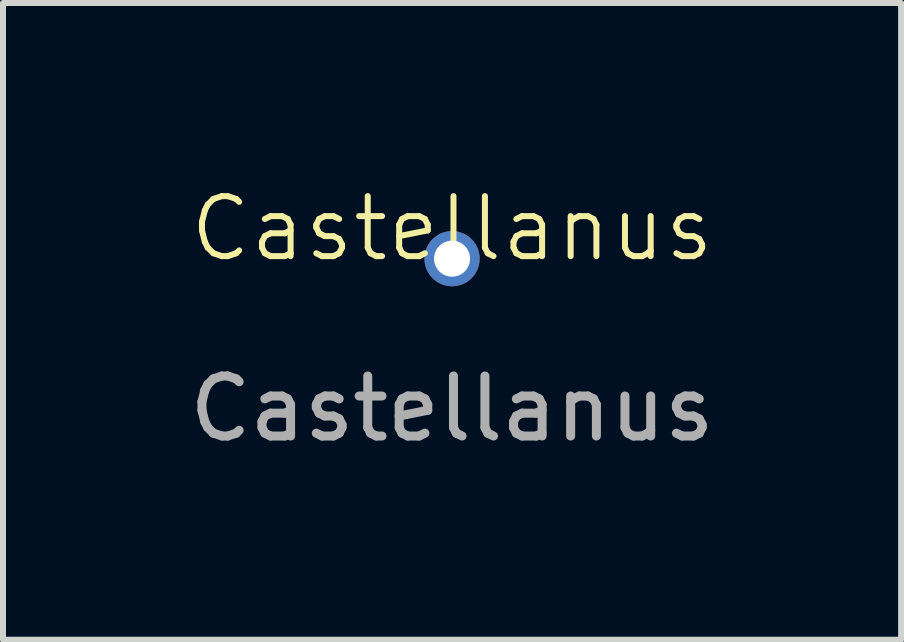
<source format=kicad_pcb>
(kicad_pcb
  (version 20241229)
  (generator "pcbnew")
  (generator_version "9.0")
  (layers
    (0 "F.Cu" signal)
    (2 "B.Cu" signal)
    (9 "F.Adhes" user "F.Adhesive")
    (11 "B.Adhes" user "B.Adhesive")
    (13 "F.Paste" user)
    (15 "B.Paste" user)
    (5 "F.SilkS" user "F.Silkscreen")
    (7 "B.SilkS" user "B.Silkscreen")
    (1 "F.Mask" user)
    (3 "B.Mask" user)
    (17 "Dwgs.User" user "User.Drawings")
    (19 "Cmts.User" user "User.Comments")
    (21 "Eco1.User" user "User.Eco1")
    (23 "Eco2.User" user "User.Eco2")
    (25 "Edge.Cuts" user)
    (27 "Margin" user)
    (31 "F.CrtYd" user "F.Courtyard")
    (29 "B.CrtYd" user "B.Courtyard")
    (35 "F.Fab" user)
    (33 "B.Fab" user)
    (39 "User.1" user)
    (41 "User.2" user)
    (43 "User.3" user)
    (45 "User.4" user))
  (footprint "Castellanus"
    (layer "F.Cu")
    (at 4.482 1.26)
    (property "Reference" "Castellanus" (at 0 -0.5 0) (unlocked yes) (layer "F.SilkS") (effects (font (size 1 1) (thickness 0.1))))
    (attr smd)
    (fp_text user "${REFERENCE}" (at 0 2.5 0) (unlocked yes) (layer "F.Fab") (effects (font (size 1 1) (thickness 0.15))))
    (pad "1" thru_hole circle (at 0 0) (size 0.92 0.92) (drill 0.6) (property pad_prop_castellated) (layers "*.Cu" "*.Mask")))
  (gr_rect
    (start -3 -3)
    (end 11.964 7.609)
    (stroke (width 0.1) (type default))
    (fill no)
    (layer "Edge.Cuts")))
</source>
